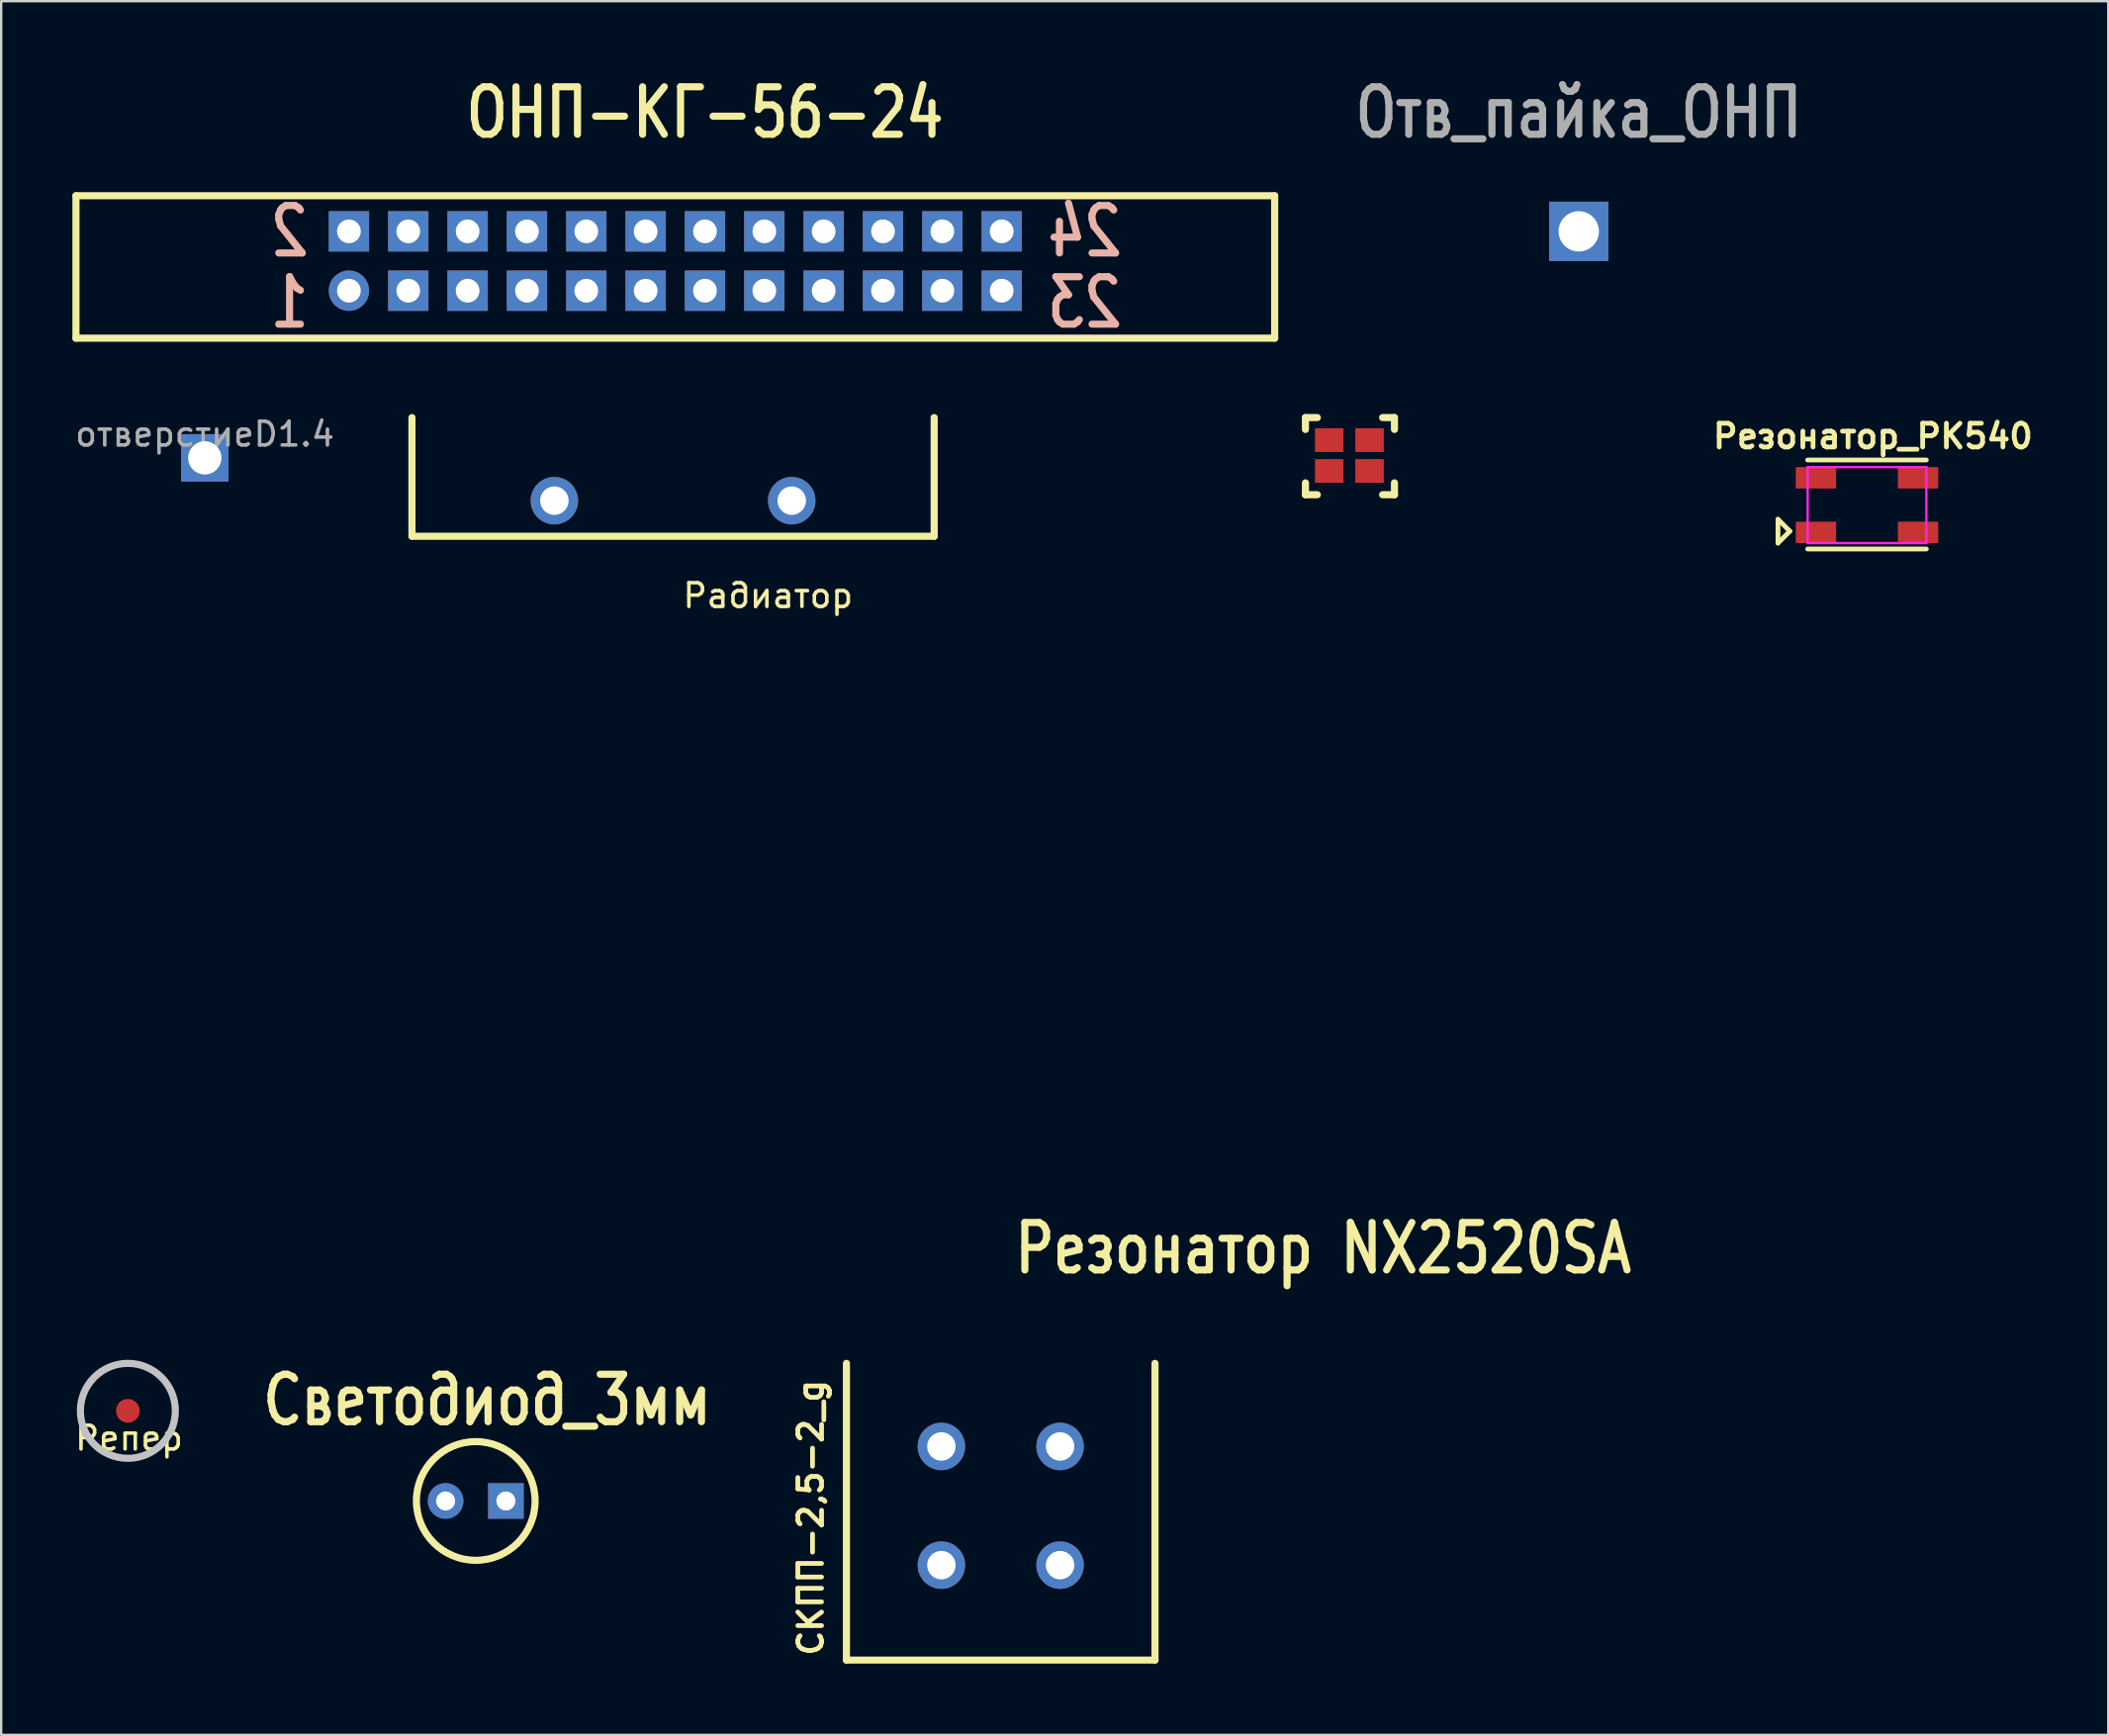
<source format=kicad_pcb>
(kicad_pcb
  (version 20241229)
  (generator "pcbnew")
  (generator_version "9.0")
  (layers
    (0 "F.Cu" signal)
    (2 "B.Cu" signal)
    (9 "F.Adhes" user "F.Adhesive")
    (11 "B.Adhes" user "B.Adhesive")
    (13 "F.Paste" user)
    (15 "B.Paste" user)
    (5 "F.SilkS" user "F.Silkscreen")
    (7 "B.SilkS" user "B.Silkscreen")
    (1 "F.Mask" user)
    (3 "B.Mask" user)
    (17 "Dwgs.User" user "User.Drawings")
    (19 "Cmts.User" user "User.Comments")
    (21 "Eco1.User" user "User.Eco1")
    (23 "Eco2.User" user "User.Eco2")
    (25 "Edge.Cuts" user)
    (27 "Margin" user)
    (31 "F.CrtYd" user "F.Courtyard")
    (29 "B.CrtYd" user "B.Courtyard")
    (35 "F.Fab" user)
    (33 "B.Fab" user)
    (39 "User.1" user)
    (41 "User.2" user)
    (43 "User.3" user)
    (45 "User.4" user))
  (footprint "Репер"
    (layer "F.Cu")
    (at 2.337 56.389)
    (property "Reference" "Репер" (at 0.05 1.15 0) (layer "F.SilkS") (effects (font (size 1 1) (thickness 0.15))))
    (attr through_hole)
    (fp_circle (center 0 0) (end 2 0) (stroke (width 0.3) (type solid)) (fill no) (layer "Dwgs.User"))
    (pad "1" smd circle (at 0 0) (size 1 1) (layers "F.Cu" "F.Mask" "F.Paste")))
  (footprint "отверстиеD1.4"
    (layer "F.Cu")
    (at 5.577 16.241)
    (property "Reference" "отверстиеD1.4" (at 0 -1 0) (layer "F.Fab") (effects (font (size 1 1) (thickness 0.15))))
    (attr through_hole)
    (pad "1" thru_hole trapezoid (at 0 0) (size 2 2) (drill 1.4) (layers "*.Cu" "*.Paste" "*.Mask")))
  (footprint "Отв_пайка_ОНП"
    (layer "F.Cu")
    (at 63.461 6.697)
    (property "Reference" "Отв_пайка_ОНП" (at 0 -5 0) (layer "F.Fab") (effects (font (size 2 1.6) (thickness 0.3))))
    (attr through_hole)
    (pad "1" thru_hole trapezoid (at 0 0) (size 2.5 2.5) (drill 1.7) (layers "*.Cu" "*.Paste" "*.Mask")))
  (footprint "СКПП-2,5-2_g"
    (layer "F.Cu")
    (at 36.609 62.889)
    (property "Reference" "СКПП-2,5-2_g" (at -5.5 -2 90) (layer "F.SilkS") (effects (font (size 1 1) (thickness 0.2))))
    (attr through_hole)
    (fp_line (start -4 -8.5) (end -4 4) (stroke (width 0.3) (type solid)) (layer "F.SilkS"))
    (fp_line (start -4 4) (end 9 4) (stroke (width 0.3) (type solid)) (layer "F.SilkS"))
    (fp_line (start 9 4) (end 9 -8.5) (stroke (width 0.3) (type solid)) (layer "F.SilkS"))
    (pad "1" thru_hole circle (at 0 -5) (size 2 2) (drill 1.2) (layers "*.Cu" "*.Mask"))
    (pad "1" thru_hole circle (at 0 0) (size 2 2) (drill 1.2) (layers "*.Cu" "*.Mask"))
    (pad "2" thru_hole circle (at 5 -5) (size 2 2) (drill 1.2) (layers "*.Cu" "*.Mask"))
    (pad "2" thru_hole circle (at 5 0) (size 2 2) (drill 1.2) (layers "*.Cu" "*.Mask")))
  (footprint "Радиатор"
    (layer "F.Cu")
    (at 20.305 18.043)
    (property "Reference" "Радиатор" (at 9 4 0) (layer "F.SilkS") (effects (font (size 1 1) (thickness 0.15))))
    (attr through_hole)
    (fp_line (start -6 -3.5) (end -6 1.5) (stroke (width 0.3) (type solid)) (layer "F.SilkS"))
    (fp_line (start -6 1.5) (end 16 1.5) (stroke (width 0.3) (type solid)) (layer "F.SilkS"))
    (fp_line (start 16 1.5) (end 16 -3.5) (stroke (width 0.3) (type solid)) (layer "F.SilkS"))
    (pad "1" thru_hole circle (at 0 0) (size 2 2) (drill 1.2) (layers "*.Cu" "*.Mask"))
    (pad "2" thru_hole circle (at 10 0) (size 2 2) (drill 1.2) (layers "*.Cu" "*.Mask")))
  (footprint "Резонатор_РК540"
    (layer "F.Cu")
    (at 75.604 18.229)
    (property "Reference" "Резонатор_РК540" (at 0.25 -2.9 0) (layer "F.SilkS") (effects (font (size 1 1) (thickness 0.2))))
    (attr through_hole)
    (fp_line (start -3.75 0.6) (end -3.75 1.6) (stroke (width 0.2) (type solid)) (layer "F.SilkS"))
    (fp_line (start -3.75 1.6) (end -3.25 1.1) (stroke (width 0.2) (type solid)) (layer "F.SilkS"))
    (fp_line (start -3.25 1.1) (end -3.75 0.6) (stroke (width 0.2) (type solid)) (layer "F.SilkS"))
    (fp_line (start -2.5 1.85) (end 2.5 1.85) (stroke (width 0.2) (type solid)) (layer "F.SilkS"))
    (fp_line (start 2.5 -1.9) (end -2.5 -1.9) (stroke (width 0.2) (type solid)) (layer "F.SilkS"))
    (fp_line (start -2.5 -1.6) (end 2.5 -1.6) (stroke (width 0.1) (type solid)) (layer "F.CrtYd"))
    (fp_line (start -2.5 1.6) (end -2.5 -1.6) (stroke (width 0.1) (type solid)) (layer "F.CrtYd"))
    (fp_line (start 2.5 -1.6) (end 2.5 1.6) (stroke (width 0.1) (type solid)) (layer "F.CrtYd"))
    (fp_line (start 2.5 1.6) (end -2.5 1.6) (stroke (width 0.1) (type solid)) (layer "F.CrtYd"))
    (pad "1" smd rect (at -2.15 1.15) (size 1.7 0.9) (layers "F.Cu" "F.Mask" "F.Paste"))
    (pad "2" smd rect (at 2.15 1.15) (size 1.7 0.9) (layers "F.Cu" "F.Mask" "F.Paste"))
    (pad "3" smd rect (at 2.15 -1.15) (size 1.7 0.9) (layers "F.Cu" "F.Mask" "F.Paste"))
    (pad "4" smd rect (at -2.15 -1.15) (size 1.7 0.9) (layers "F.Cu" "F.Mask" "F.Paste")))
  (footprint "ОНП-КГ-56-24"
    (layer "F.Cu")
    (at 11.65 9.197)
    (property "Reference" "ОНП-КГ-56-24" (at 15 -7.5 0) (layer "F.SilkS") (effects (font (size 2 1.6) (thickness 0.3))))
    (attr through_hole)
    (fp_line (start -11.5 -4) (end 39 -4) (stroke (width 0.3) (type solid)) (layer "F.SilkS"))
    (fp_line (start -11.5 2) (end -11.5 -4) (stroke (width 0.3) (type solid)) (layer "F.SilkS"))
    (fp_line (start 39 -4) (end 39 2) (stroke (width 0.3) (type solid)) (layer "F.SilkS"))
    (fp_line (start 39 2) (end -11.5 2) (stroke (width 0.3) (type solid)) (layer "F.SilkS"))
    (fp_text user "24" (at 31 -2.5 0) (layer "B.SilkS") (effects (font (size 2 1.6) (thickness 0.3)) (justify mirror)))
    (fp_text user "2" (at -2.5 -2.5 0) (layer "B.SilkS") (effects (font (size 2 1.6) (thickness 0.3)) (justify mirror)))
    (fp_text user "1" (at -2.5 0.5 0) (layer "B.SilkS") (effects (font (size 2 1.6) (thickness 0.3)) (justify mirror)))
    (fp_text user "23" (at 31 0.5 0) (layer "B.SilkS") (effects (font (size 2 1.6) (thickness 0.3)) (justify mirror)))
    (pad "1" thru_hole circle (at 0 0) (size 1.7 1.7) (drill 1) (layers "*.Cu" "*.Mask"))
    (pad "2" thru_hole rect (at 0 -2.5) (size 1.7 1.7) (drill 1) (layers "*.Cu" "*.Mask"))
    (pad "3" thru_hole rect (at 2.5 0) (size 1.7 1.7) (drill 1) (layers "*.Cu" "*.Mask"))
    (pad "4" thru_hole rect (at 2.5 -2.5) (size 1.7 1.7) (drill 1) (layers "*.Cu" "*.Mask"))
    (pad "5" thru_hole rect (at 5 0) (size 1.7 1.7) (drill 1) (layers "*.Cu" "*.Mask"))
    (pad "6" thru_hole rect (at 5 -2.5) (size 1.7 1.7) (drill 1) (layers "*.Cu" "*.Mask"))
    (pad "7" thru_hole rect (at 7.5 0) (size 1.7 1.7) (drill 1) (layers "*.Cu" "*.Mask"))
    (pad "8" thru_hole rect (at 7.5 -2.5) (size 1.7 1.7) (drill 1) (layers "*.Cu" "*.Mask"))
    (pad "9" thru_hole rect (at 10 0) (size 1.7 1.7) (drill 1) (layers "*.Cu" "*.Mask"))
    (pad "10" thru_hole rect (at 10 -2.5) (size 1.7 1.7) (drill 1) (layers "*.Cu" "*.Mask"))
    (pad "11" thru_hole rect (at 12.5 0) (size 1.7 1.7) (drill 1) (layers "*.Cu" "*.Mask"))
    (pad "12" thru_hole rect (at 12.5 -2.5) (size 1.7 1.7) (drill 1) (layers "*.Cu" "*.Mask"))
    (pad "13" thru_hole rect (at 15 0) (size 1.7 1.7) (drill 1) (layers "*.Cu" "*.Mask"))
    (pad "14" thru_hole rect (at 15 -2.5) (size 1.7 1.7) (drill 1) (layers "*.Cu" "*.Mask"))
    (pad "15" thru_hole rect (at 17.5 0) (size 1.7 1.7) (drill 1) (layers "*.Cu" "*.Mask"))
    (pad "16" thru_hole rect (at 17.5 -2.5) (size 1.7 1.7) (drill 1) (layers "*.Cu" "*.Mask"))
    (pad "17" thru_hole rect (at 20 0) (size 1.7 1.7) (drill 1) (layers "*.Cu" "*.Mask"))
    (pad "18" thru_hole rect (at 20 -2.5) (size 1.7 1.7) (drill 1) (layers "*.Cu" "*.Mask"))
    (pad "19" thru_hole rect (at 22.5 0) (size 1.7 1.7) (drill 1) (layers "*.Cu" "*.Mask"))
    (pad "20" thru_hole rect (at 22.5 -2.5) (size 1.7 1.7) (drill 1) (layers "*.Cu" "*.Mask"))
    (pad "21" thru_hole rect (at 25 0) (size 1.7 1.7) (drill 1) (layers "*.Cu" "*.Mask"))
    (pad "22" thru_hole rect (at 25 -2.5) (size 1.7 1.7) (drill 1) (layers "*.Cu" "*.Mask"))
    (pad "23" thru_hole rect (at 27.5 0) (size 1.7 1.7) (drill 1) (layers "*.Cu" "*.Mask"))
    (pad "24" thru_hole rect (at 27.5 -2.5) (size 1.7 1.7) (drill 1) (layers "*.Cu" "*.Mask")))
  (footprint "Резонатор NX2520SA"
    (layer "F.Cu")
    (at 52.947 16.793)
    (property "Reference" "Резонатор NX2520SA" (at -0.25 32.75 0) (layer "F.SilkS") (effects (font (size 2 1.6) (thickness 0.3))))
    (attr through_hole)
    (fp_line (start -1 -2.25) (end -1 -1.75) (stroke (width 0.3) (type solid)) (layer "F.SilkS"))
    (fp_line (start -1 0.5) (end -1 1) (stroke (width 0.3) (type solid)) (layer "F.SilkS"))
    (fp_line (start -1 1) (end -0.5 1) (stroke (width 0.3) (type solid)) (layer "F.SilkS"))
    (fp_line (start -0.5 -2.25) (end -1 -2.25) (stroke (width 0.3) (type solid)) (layer "F.SilkS"))
    (fp_line (start 2.25 -2.25) (end 2.75 -2.25) (stroke (width 0.3) (type solid)) (layer "F.SilkS"))
    (fp_line (start 2.75 -2.25) (end 2.75 -1.75) (stroke (width 0.3) (type solid)) (layer "F.SilkS"))
    (fp_line (start 2.75 0.5) (end 2.75 1) (stroke (width 0.3) (type solid)) (layer "F.SilkS"))
    (fp_line (start 2.75 1) (end 2.25 1) (stroke (width 0.3) (type solid)) (layer "F.SilkS"))
    (pad "1" smd rect (at 0 0) (size 1.2 1) (layers "F.Cu" "F.Mask" "F.Paste"))
    (pad "2" smd rect (at 1.7 0) (size 1.2 1) (layers "F.Cu" "F.Mask" "F.Paste"))
    (pad "3" smd rect (at 1.7 -1.3) (size 1.2 1) (layers "F.Cu" "F.Mask" "F.Paste"))
    (pad "4" smd rect (at 0 -1.3) (size 1.2 1) (layers "F.Cu" "F.Mask" "F.Paste")))
  (footprint "Светодиод_3мм"
    (layer "F.Cu")
    (at 15.723 60.186)
    (property "Reference" "Светодиод_3мм" (at 1.75 -4.25 0) (layer "F.SilkS") (effects (font (size 2 1.6) (thickness 0.3))))
    (attr through_hole)
    (fp_circle (center 1.27 0) (end 3.77 0) (stroke (width 0.3) (type solid)) (fill no) (layer "F.SilkS"))
    (pad "1" thru_hole circle (at 0 0) (size 1.5 1.5) (drill 0.8) (layers "*.Cu" "*.Mask" "F.Paste"))
    (pad "2" thru_hole rect (at 2.54 0) (size 1.5 1.5) (drill 0.8) (layers "*.Cu" "*.Mask" "F.Paste")))
  (gr_rect
    (start -3 -3)
    (end 85.768 70.04)
    (stroke (width 0.1) (type default))
    (fill no)
    (layer "Edge.Cuts")))
</source>
